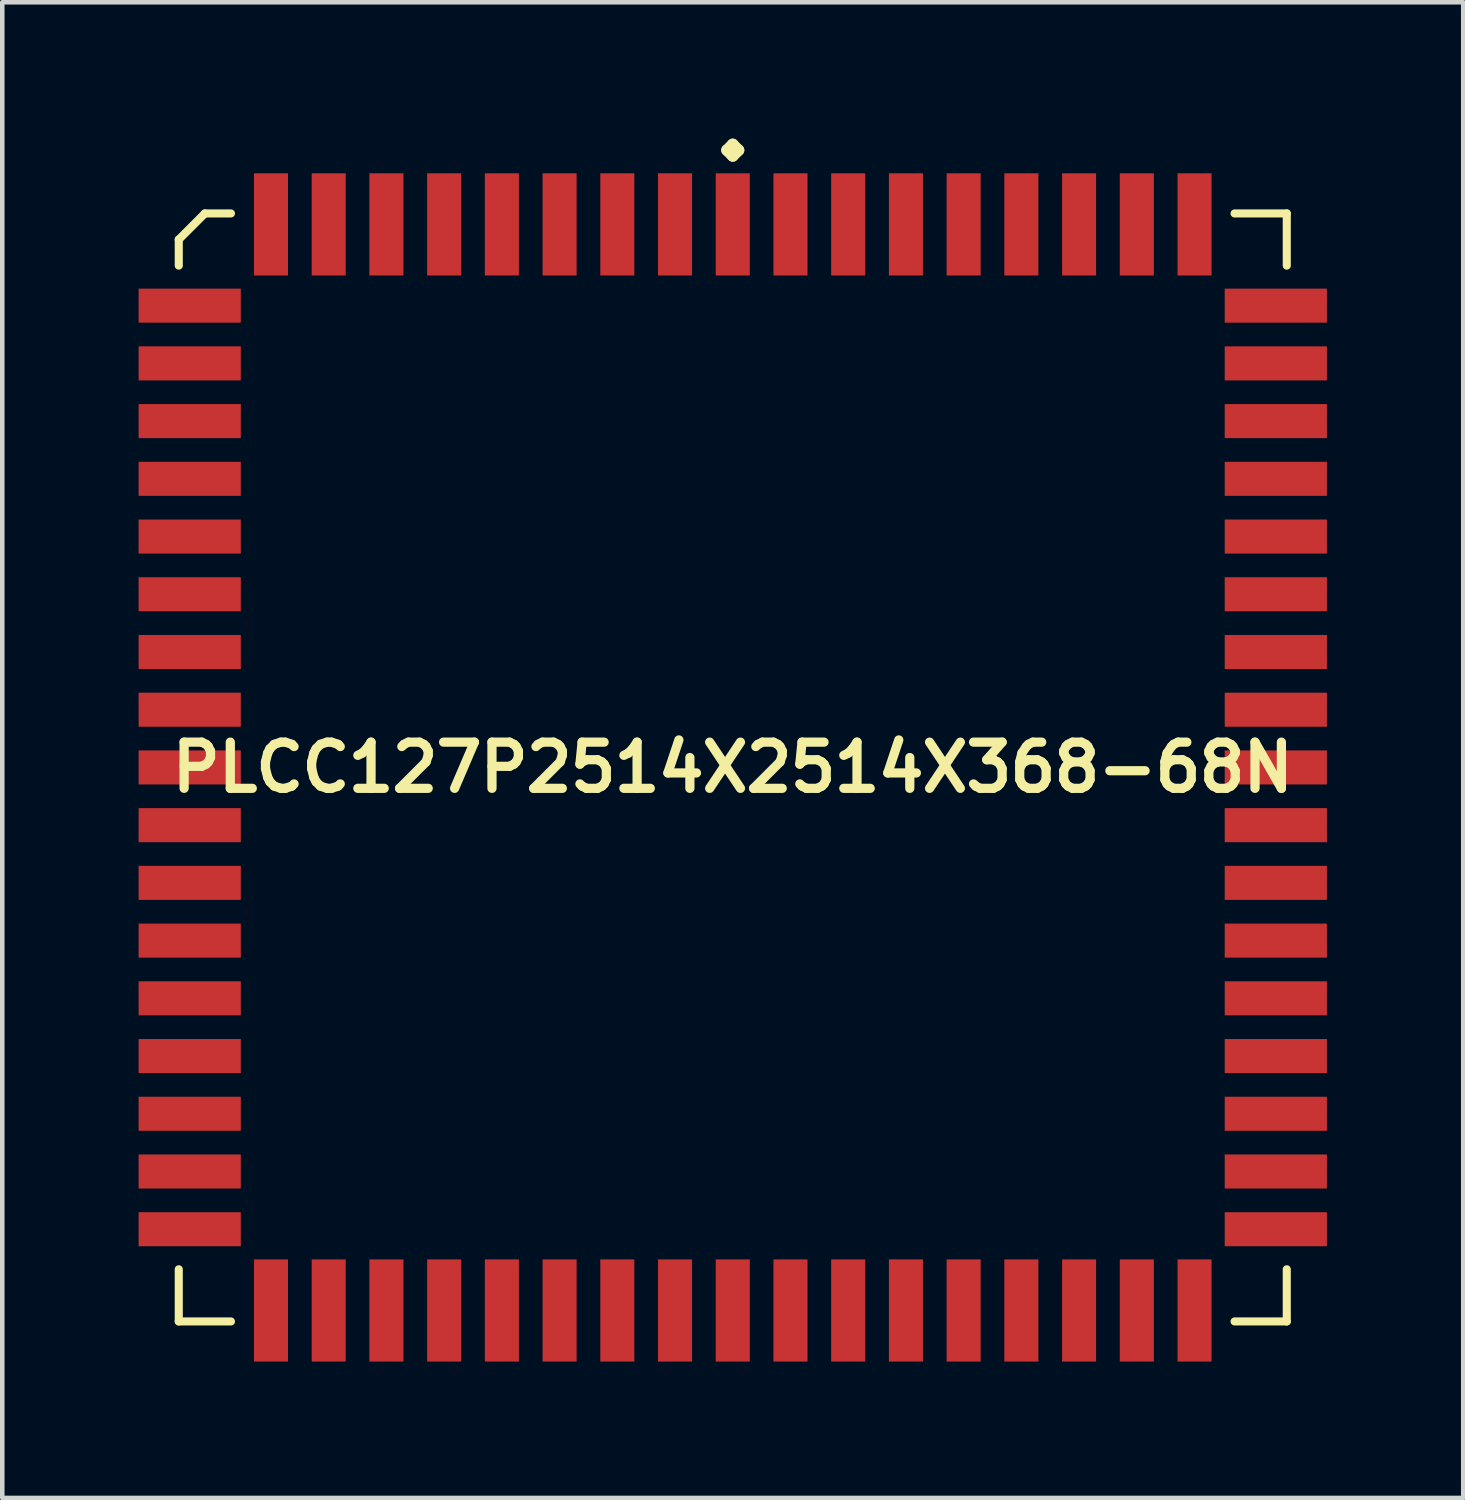
<source format=kicad_pcb>
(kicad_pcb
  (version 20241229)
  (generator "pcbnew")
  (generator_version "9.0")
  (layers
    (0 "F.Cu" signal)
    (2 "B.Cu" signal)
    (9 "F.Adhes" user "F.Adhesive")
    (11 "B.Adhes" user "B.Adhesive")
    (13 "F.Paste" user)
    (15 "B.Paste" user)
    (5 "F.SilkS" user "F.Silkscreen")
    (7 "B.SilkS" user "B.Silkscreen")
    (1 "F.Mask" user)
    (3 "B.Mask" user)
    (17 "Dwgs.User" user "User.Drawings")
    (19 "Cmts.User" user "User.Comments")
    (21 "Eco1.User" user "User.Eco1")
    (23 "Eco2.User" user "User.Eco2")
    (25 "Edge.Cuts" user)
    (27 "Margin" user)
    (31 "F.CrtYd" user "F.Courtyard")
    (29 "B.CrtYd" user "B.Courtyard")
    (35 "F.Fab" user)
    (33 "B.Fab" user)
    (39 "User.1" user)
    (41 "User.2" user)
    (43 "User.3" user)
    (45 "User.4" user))
  (footprint "PLCC127P2514X2514X368-68N"
    (layer "F.Cu")
    (at 13.072 13.835)
    (property "Reference" "PLCC127P2514X2514X368-68N" (at 0 0 0) (layer "F.SilkS") (effects (font (size 1.016 1.016) (thickness 0.203))))
    (attr smd)
    (fp_line (start -12.189 -11.615) (end -11.615 -12.189) (stroke (width 0.178) (type solid)) (layer "F.SilkS"))
    (fp_line (start -12.189 -11.041) (end -12.189 -11.615) (stroke (width 0.178) (type solid)) (layer "F.SilkS"))
    (fp_line (start -12.189 11.041) (end -12.189 12.189) (stroke (width 0.178) (type solid)) (layer "F.SilkS"))
    (fp_line (start -12.189 12.189) (end -11.041 12.189) (stroke (width 0.178) (type solid)) (layer "F.SilkS"))
    (fp_line (start -11.615 -12.189) (end -11.041 -12.189) (stroke (width 0.178) (type solid)) (layer "F.SilkS"))
    (fp_line (start -0.127 -13.581) (end 0 -13.708) (stroke (width 0.254) (type solid)) (layer "F.SilkS"))
    (fp_line (start 0 -13.708) (end 0.127 -13.581) (stroke (width 0.254) (type solid)) (layer "F.SilkS"))
    (fp_line (start 0 -13.454) (end -0.127 -13.581) (stroke (width 0.254) (type solid)) (layer "F.SilkS"))
    (fp_line (start 0.127 -13.581) (end 0 -13.454) (stroke (width 0.254) (type solid)) (layer "F.SilkS"))
    (fp_line (start 12.189 -12.189) (end 11.041 -12.189) (stroke (width 0.178) (type solid)) (layer "F.SilkS"))
    (fp_line (start 12.189 -11.041) (end 12.189 -12.189) (stroke (width 0.178) (type solid)) (layer "F.SilkS"))
    (fp_line (start 12.189 11.041) (end 12.189 12.189) (stroke (width 0.178) (type solid)) (layer "F.SilkS"))
    (fp_line (start 12.189 12.189) (end 11.041 12.189) (stroke (width 0.178) (type solid)) (layer "F.SilkS"))
    (pad "1" smd rect (at 0 -11.948) (size 0.749 2.248) (layers "F.Cu" "F.Mask" "F.Paste"))
    (pad "2" smd rect (at -1.27 -11.948) (size 0.749 2.248) (layers "F.Cu" "F.Mask" "F.Paste"))
    (pad "3" smd rect (at -2.54 -11.948) (size 0.749 2.248) (layers "F.Cu" "F.Mask" "F.Paste"))
    (pad "4" smd rect (at -3.81 -11.948) (size 0.749 2.248) (layers "F.Cu" "F.Mask" "F.Paste"))
    (pad "5" smd rect (at -5.08 -11.948) (size 0.749 2.248) (layers "F.Cu" "F.Mask" "F.Paste"))
    (pad "6" smd rect (at -6.35 -11.948) (size 0.749 2.248) (layers "F.Cu" "F.Mask" "F.Paste"))
    (pad "7" smd rect (at -7.62 -11.948) (size 0.749 2.248) (layers "F.Cu" "F.Mask" "F.Paste"))
    (pad "8" smd rect (at -8.89 -11.948) (size 0.749 2.248) (layers "F.Cu" "F.Mask" "F.Paste"))
    (pad "9" smd rect (at -10.16 -11.948) (size 0.749 2.248) (layers "F.Cu" "F.Mask" "F.Paste"))
    (pad "10" smd rect (at -11.948 -10.16) (size 2.248 0.749) (layers "F.Cu" "F.Mask" "F.Paste"))
    (pad "11" smd rect (at -11.948 -8.89) (size 2.248 0.749) (layers "F.Cu" "F.Mask" "F.Paste"))
    (pad "12" smd rect (at -11.948 -7.62) (size 2.248 0.749) (layers "F.Cu" "F.Mask" "F.Paste"))
    (pad "13" smd rect (at -11.948 -6.35) (size 2.248 0.749) (layers "F.Cu" "F.Mask" "F.Paste"))
    (pad "14" smd rect (at -11.948 -5.08) (size 2.248 0.749) (layers "F.Cu" "F.Mask" "F.Paste"))
    (pad "15" smd rect (at -11.948 -3.81) (size 2.248 0.749) (layers "F.Cu" "F.Mask" "F.Paste"))
    (pad "16" smd rect (at -11.948 -2.54) (size 2.248 0.749) (layers "F.Cu" "F.Mask" "F.Paste"))
    (pad "17" smd rect (at -11.948 -1.27) (size 2.248 0.749) (layers "F.Cu" "F.Mask" "F.Paste"))
    (pad "18" smd rect (at -11.948 0) (size 2.248 0.749) (layers "F.Cu" "F.Mask" "F.Paste"))
    (pad "19" smd rect (at -11.948 1.27) (size 2.248 0.749) (layers "F.Cu" "F.Mask" "F.Paste"))
    (pad "20" smd rect (at -11.948 2.54) (size 2.248 0.749) (layers "F.Cu" "F.Mask" "F.Paste"))
    (pad "21" smd rect (at -11.948 3.81) (size 2.248 0.749) (layers "F.Cu" "F.Mask" "F.Paste"))
    (pad "22" smd rect (at -11.948 5.08) (size 2.248 0.749) (layers "F.Cu" "F.Mask" "F.Paste"))
    (pad "23" smd rect (at -11.948 6.35) (size 2.248 0.749) (layers "F.Cu" "F.Mask" "F.Paste"))
    (pad "24" smd rect (at -11.948 7.62) (size 2.248 0.749) (layers "F.Cu" "F.Mask" "F.Paste"))
    (pad "25" smd rect (at -11.948 8.89) (size 2.248 0.749) (layers "F.Cu" "F.Mask" "F.Paste"))
    (pad "26" smd rect (at -11.948 10.16) (size 2.248 0.749) (layers "F.Cu" "F.Mask" "F.Paste"))
    (pad "27" smd rect (at -10.16 11.948) (size 0.749 2.248) (layers "F.Cu" "F.Mask" "F.Paste"))
    (pad "28" smd rect (at -8.89 11.948) (size 0.749 2.248) (layers "F.Cu" "F.Mask" "F.Paste"))
    (pad "29" smd rect (at -7.62 11.948) (size 0.749 2.248) (layers "F.Cu" "F.Mask" "F.Paste"))
    (pad "30" smd rect (at -6.35 11.948) (size 0.749 2.248) (layers "F.Cu" "F.Mask" "F.Paste"))
    (pad "31" smd rect (at -5.08 11.948) (size 0.749 2.248) (layers "F.Cu" "F.Mask" "F.Paste"))
    (pad "32" smd rect (at -3.81 11.948) (size 0.749 2.248) (layers "F.Cu" "F.Mask" "F.Paste"))
    (pad "33" smd rect (at -2.54 11.948) (size 0.749 2.248) (layers "F.Cu" "F.Mask" "F.Paste"))
    (pad "34" smd rect (at -1.27 11.948) (size 0.749 2.248) (layers "F.Cu" "F.Mask" "F.Paste"))
    (pad "35" smd rect (at 0 11.948) (size 0.749 2.248) (layers "F.Cu" "F.Mask" "F.Paste"))
    (pad "36" smd rect (at 1.27 11.948) (size 0.749 2.248) (layers "F.Cu" "F.Mask" "F.Paste"))
    (pad "37" smd rect (at 2.54 11.948) (size 0.749 2.248) (layers "F.Cu" "F.Mask" "F.Paste"))
    (pad "38" smd rect (at 3.81 11.948) (size 0.749 2.248) (layers "F.Cu" "F.Mask" "F.Paste"))
    (pad "39" smd rect (at 5.08 11.948) (size 0.749 2.248) (layers "F.Cu" "F.Mask" "F.Paste"))
    (pad "40" smd rect (at 6.35 11.948) (size 0.749 2.248) (layers "F.Cu" "F.Mask" "F.Paste"))
    (pad "41" smd rect (at 7.62 11.948) (size 0.749 2.248) (layers "F.Cu" "F.Mask" "F.Paste"))
    (pad "42" smd rect (at 8.89 11.948) (size 0.749 2.248) (layers "F.Cu" "F.Mask" "F.Paste"))
    (pad "43" smd rect (at 10.16 11.948) (size 0.749 2.248) (layers "F.Cu" "F.Mask" "F.Paste"))
    (pad "44" smd rect (at 11.948 10.16) (size 2.248 0.749) (layers "F.Cu" "F.Mask" "F.Paste"))
    (pad "45" smd rect (at 11.948 8.89) (size 2.248 0.749) (layers "F.Cu" "F.Mask" "F.Paste"))
    (pad "46" smd rect (at 11.948 7.62) (size 2.248 0.749) (layers "F.Cu" "F.Mask" "F.Paste"))
    (pad "47" smd rect (at 11.948 6.35) (size 2.248 0.749) (layers "F.Cu" "F.Mask" "F.Paste"))
    (pad "48" smd rect (at 11.948 5.08) (size 2.248 0.749) (layers "F.Cu" "F.Mask" "F.Paste"))
    (pad "49" smd rect (at 11.948 3.81) (size 2.248 0.749) (layers "F.Cu" "F.Mask" "F.Paste"))
    (pad "50" smd rect (at 11.948 2.54) (size 2.248 0.749) (layers "F.Cu" "F.Mask" "F.Paste"))
    (pad "51" smd rect (at 11.948 1.27) (size 2.248 0.749) (layers "F.Cu" "F.Mask" "F.Paste"))
    (pad "52" smd rect (at 11.948 0) (size 2.248 0.749) (layers "F.Cu" "F.Mask" "F.Paste"))
    (pad "53" smd rect (at 11.948 -1.27) (size 2.248 0.749) (layers "F.Cu" "F.Mask" "F.Paste"))
    (pad "54" smd rect (at 11.948 -2.54) (size 2.248 0.749) (layers "F.Cu" "F.Mask" "F.Paste"))
    (pad "55" smd rect (at 11.948 -3.81) (size 2.248 0.749) (layers "F.Cu" "F.Mask" "F.Paste"))
    (pad "56" smd rect (at 11.948 -5.08) (size 2.248 0.749) (layers "F.Cu" "F.Mask" "F.Paste"))
    (pad "57" smd rect (at 11.948 -6.35) (size 2.248 0.749) (layers "F.Cu" "F.Mask" "F.Paste"))
    (pad "58" smd rect (at 11.948 -7.62) (size 2.248 0.749) (layers "F.Cu" "F.Mask" "F.Paste"))
    (pad "59" smd rect (at 11.948 -8.89) (size 2.248 0.749) (layers "F.Cu" "F.Mask" "F.Paste"))
    (pad "60" smd rect (at 11.948 -10.16) (size 2.248 0.749) (layers "F.Cu" "F.Mask" "F.Paste"))
    (pad "61" smd rect (at 10.16 -11.948) (size 0.749 2.248) (layers "F.Cu" "F.Mask" "F.Paste"))
    (pad "62" smd rect (at 8.89 -11.948) (size 0.749 2.248) (layers "F.Cu" "F.Mask" "F.Paste"))
    (pad "63" smd rect (at 7.62 -11.948) (size 0.749 2.248) (layers "F.Cu" "F.Mask" "F.Paste"))
    (pad "64" smd rect (at 6.35 -11.948) (size 0.749 2.248) (layers "F.Cu" "F.Mask" "F.Paste"))
    (pad "65" smd rect (at 5.08 -11.948) (size 0.749 2.248) (layers "F.Cu" "F.Mask" "F.Paste"))
    (pad "66" smd rect (at 3.81 -11.948) (size 0.749 2.248) (layers "F.Cu" "F.Mask" "F.Paste"))
    (pad "67" smd rect (at 2.54 -11.948) (size 0.749 2.248) (layers "F.Cu" "F.Mask" "F.Paste"))
    (pad "68" smd rect (at 1.27 -11.948) (size 0.749 2.248) (layers "F.Cu" "F.Mask" "F.Paste")))
  (gr_rect
    (start -3 -3)
    (end 29.144 29.907)
    (stroke (width 0.1) (type default))
    (fill no)
    (layer "Edge.Cuts")))
</source>
